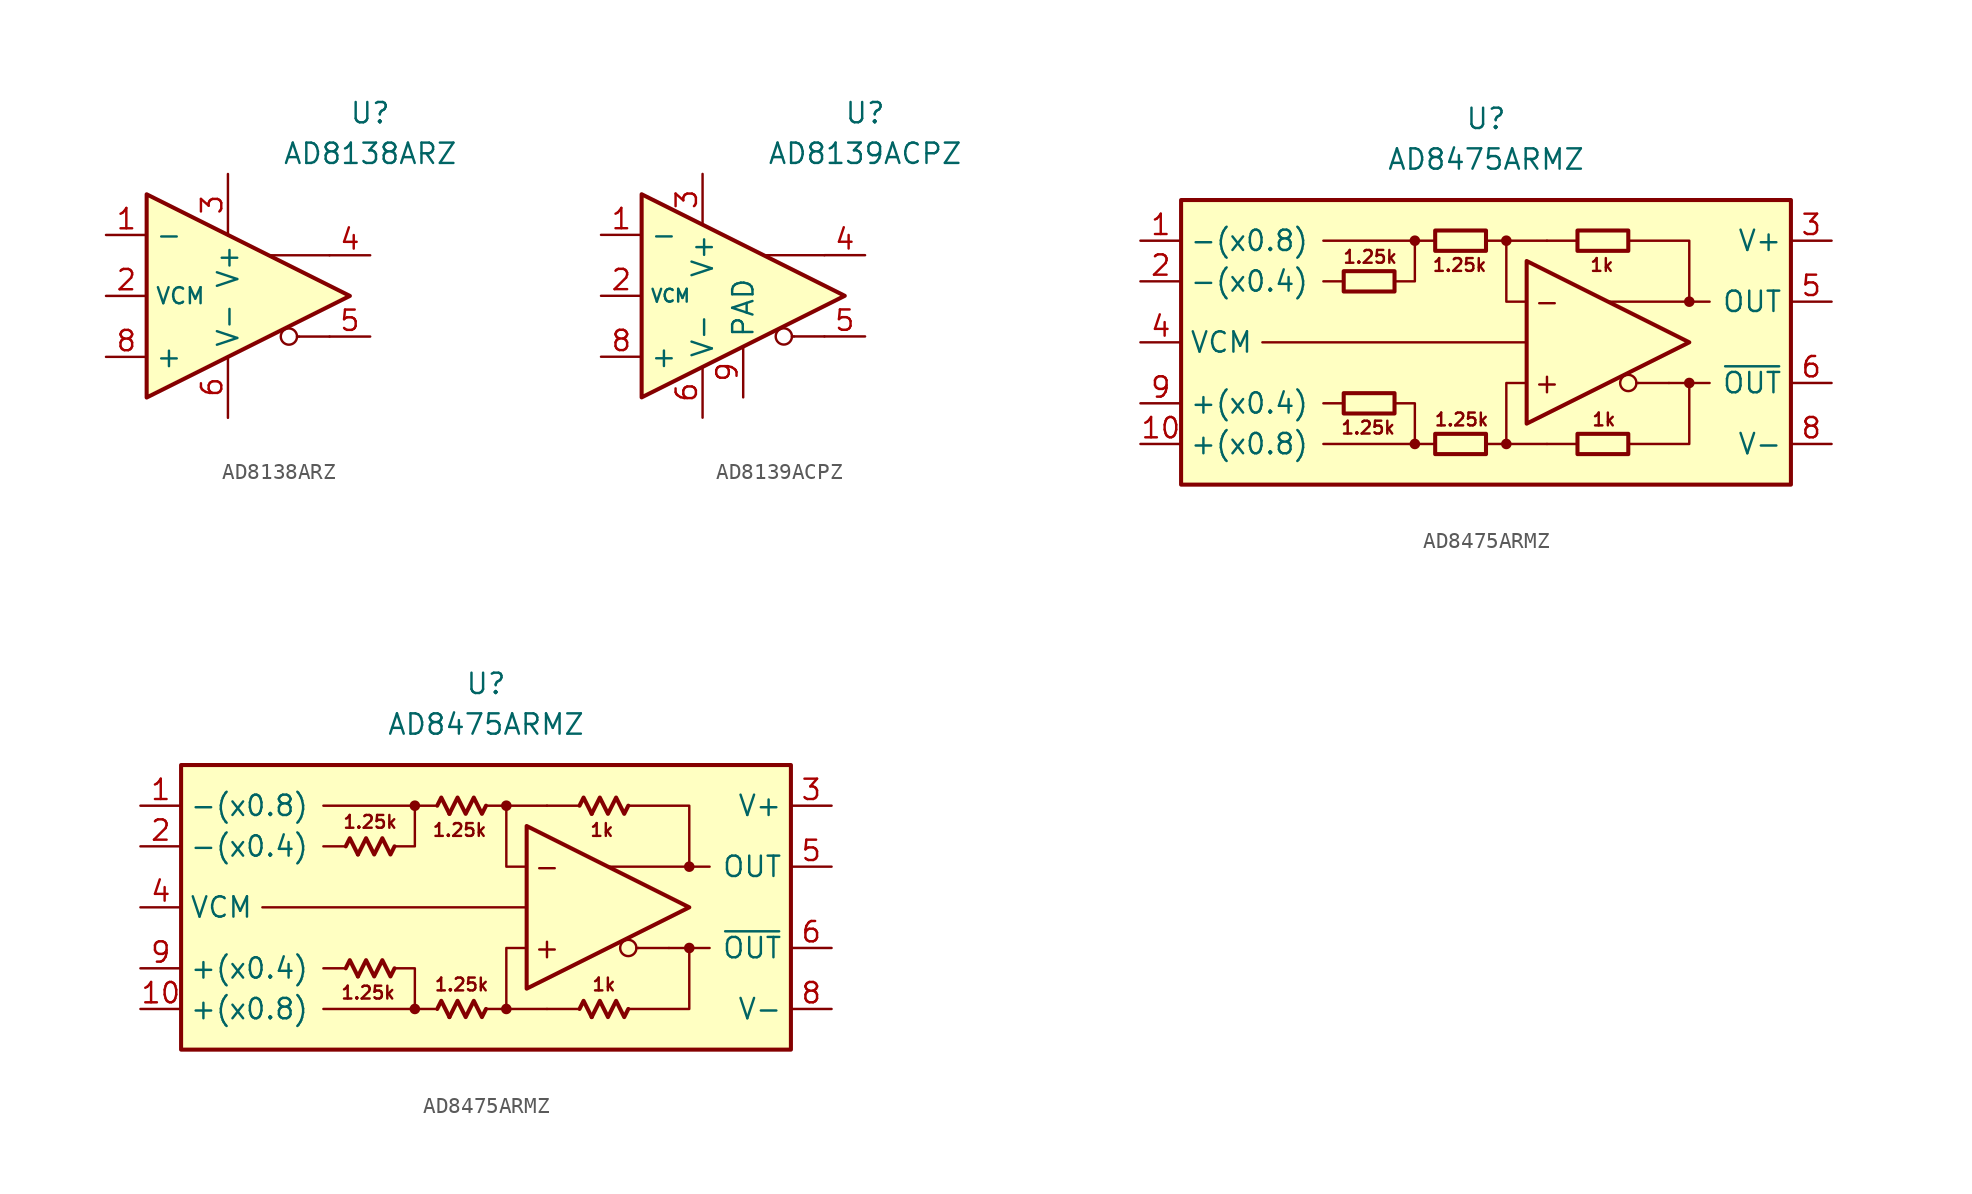
<source format=kicad_sym>
(kicad_symbol_lib
  (version 20231120)
  (generator "kicad_symbol_editor")
  (generator_version "8.0")
  (symbol "AD8138ARZ"
    (property "Reference" "U"
      (at 8.89 11.43 0)
      (effects (font (size 1.27 1.27))))
    (property "Value" "AD8138ARZ"
      (at 8.89 8.89 0)
      (effects (font (size 1.27 1.27))))
    (symbol "AD8138ARZ_0_0"
      (polyline (pts (xy 4.445 -2.54) (xy 4.318 -2.54)) (stroke (width 0.152) (type default)) (fill (type none)))
      (polyline (pts (xy 6.35 -2.54) (xy 4.445 -2.54)) (stroke (width 0.152) (type default)) (fill (type none)))
      (polyline (pts (xy 6.35 2.54) (xy 2.54 2.54)) (stroke (width 0.152) (type default)) (fill (type none)))
      (circle (center 3.81 -2.54) (radius 0.508) (stroke (width 0.152) (type default)) (fill (type none))))
    (symbol "AD8138ARZ_0_1"
      (polyline (pts (xy -5.08 6.35) (xy -5.08 -6.35) (xy 7.62 0) (xy -5.08 6.35)) (stroke (width 0.254) (type default)) (fill (type background))))
    (symbol "AD8138ARZ_1_1"
      (pin input line (at -7.62 3.81 0) (length 2.54) (name "-" (effects (font (size 1.27 1.27)))) (number "1" (effects (font (size 1.27 1.27)))))
      (pin input line (at -7.62 0 0) (length 2.54) (name "VCM" (effects (font (size 1 1)))) (number "2" (effects (font (size 1.27 1.27)))))
      (pin power_in line (at 0 7.62 270) (length 3.84) (name "V+" (effects (font (size 1.27 1.27)))) (number "3" (effects (font (size 1.27 1.27)))))
      (pin output line (at 8.89 2.54 180) (length 2.54) (name "~" (effects (font (size 1.27 1.27)))) (number "4" (effects (font (size 1.27 1.27)))))
      (pin output line (at 8.89 -2.54 180) (length 2.54) (name "~" (effects (font (size 1.27 1.27)))) (number "5" (effects (font (size 1.27 1.27)))))
      (pin power_in line (at 0 -7.62 90) (length 3.84) (name "V-" (effects (font (size 1.27 1.27)))) (number "6" (effects (font (size 1.27 1.27)))))
      (pin free line (at 0 0 0) (length 2.54) hide (name "NC" (effects (font (size 1.27 1.27)))) (number "7" (effects (font (size 1.27 1.27)))))
      (pin input line (at -7.62 -3.81 0) (length 2.54) (name "+" (effects (font (size 1.27 1.27)))) (number "8" (effects (font (size 1.27 1.27)))))))
  (symbol "AD8139ACPZ"
    (property "Reference" "U"
      (at 8.89 11.43 0)
      (effects (font (size 1.27 1.27))))
    (property "Value" "AD8139ACPZ"
      (at 8.89 8.89 0)
      (effects (font (size 1.27 1.27))))
    (symbol "AD8139ACPZ_0_0"
      (polyline (pts (xy 4.445 -2.54) (xy 4.318 -2.54)) (stroke (width 0.152) (type default)) (fill (type none)))
      (polyline (pts (xy 6.35 -2.54) (xy 4.445 -2.54)) (stroke (width 0.152) (type default)) (fill (type none)))
      (polyline (pts (xy 6.35 2.54) (xy 2.54 2.54)) (stroke (width 0.152) (type default)) (fill (type none)))
      (circle (center 3.81 -2.54) (radius 0.508) (stroke (width 0.152) (type default)) (fill (type none))))
    (symbol "AD8139ACPZ_0_1"
      (polyline (pts (xy -5.08 6.35) (xy -5.08 -6.35) (xy 7.62 0) (xy -5.08 6.35)) (stroke (width 0.254) (type default)) (fill (type background))))
    (symbol "AD8139ACPZ_1_1"
      (pin input line (at -7.62 3.81 0) (length 2.54) (name "-" (effects (font (size 1.27 1.27)))) (number "1" (effects (font (size 1.27 1.27)))))
      (pin input line (at -7.62 0 0) (length 2.54) (name "VCM" (effects (font (size 0.8 0.8)))) (number "2" (effects (font (size 1.27 1.27)))))
      (pin power_in line (at -1.27 7.62 270) (length 3.18) (name "V+" (effects (font (size 1.27 1.27)))) (number "3" (effects (font (size 1.27 1.27)))))
      (pin output line (at 8.89 2.54 180) (length 2.54) (name "~" (effects (font (size 1.27 1.27)))) (number "4" (effects (font (size 1.27 1.27)))))
      (pin output line (at 8.89 -2.54 180) (length 2.54) (name "~" (effects (font (size 1.27 1.27)))) (number "5" (effects (font (size 1.27 1.27)))))
      (pin power_in line (at -1.27 -7.62 90) (length 3.18) (name "V-" (effects (font (size 1.27 1.27)))) (number "6" (effects (font (size 1.27 1.27)))))
      (pin free line (at 0 0 0) (length 2.54) hide (name "NC" (effects (font (size 1.27 1.27)))) (number "7" (effects (font (size 1.27 1.27)))))
      (pin input line (at -7.62 -3.81 0) (length 2.54) (name "+" (effects (font (size 1.27 1.27)))) (number "8" (effects (font (size 1.27 1.27)))))
      (pin power_in line (at 1.27 -6.35 90) (length 3.18) (name "PAD" (effects (font (size 1.27 1.27)))) (number "9" (effects (font (size 1.27 1.27)))))))
  (symbol "AD8475ARMZ"
    (property "Reference" "U"
      (at 0 13.97 0)
      (effects (font (size 1.27 1.27))))
    (property "Value" "AD8475ARMZ"
      (at 0 11.43 0)
      (effects (font (size 1.27 1.27))))
    (symbol "AD8475ARMZ_0_0"
      (rectangle (start -19.05 8.89) (end 19.05 -8.89) (stroke (width 0.254) (type default)) (fill (type background)))
      (circle (center -4.445 -6.35) (radius 0.254) (stroke (width 0.152) (type default)) (fill (type outline)))
      (circle (center -4.445 6.35) (radius 0.254) (stroke (width 0.152) (type default)) (fill (type outline)))
      (polyline (pts (xy -8.89 -3.81) (xy -10.16 -3.81)) (stroke (width 0.152) (type default)) (fill (type none)))
      (polyline (pts (xy -8.89 3.81) (xy -10.16 3.81)) (stroke (width 0.152) (type default)) (fill (type none)))
      (polyline (pts (xy -4.445 6.35) (xy -10.16 6.35)) (stroke (width 0.152) (type default)) (fill (type none)))
      (polyline (pts (xy -3.175 -6.35) (xy -10.16 -6.35)) (stroke (width 0.152) (type default)) (fill (type none)))
      (polyline (pts (xy -3.175 6.35) (xy -4.445 6.35)) (stroke (width 0.152) (type default)) (fill (type none)))
      (polyline (pts (xy 1.27 6.35) (xy 3.81 6.35)) (stroke (width 0.152) (type default)) (fill (type none)))
      (polyline (pts (xy 3.81 -6.35) (xy 1.27 -6.35)) (stroke (width 0.152) (type default)) (fill (type none)))
      (polyline (pts (xy 5.715 -6.35) (xy 3.81 -6.35)) (stroke (width 0.152) (type default)) (fill (type none)))
      (polyline (pts (xy 5.715 6.35) (xy 3.81 6.35)) (stroke (width 0.152) (type default)) (fill (type none)))
      (polyline (pts (xy 9.525 -2.54) (xy 9.398 -2.54)) (stroke (width 0.152) (type default)) (fill (type none)))
      (polyline (pts (xy 11.43 -2.54) (xy 9.525 -2.54)) (stroke (width 0.152) (type default)) (fill (type none)))
      (polyline (pts (xy 12.7 -2.54) (xy 13.97 -2.54)) (stroke (width 0.152) (type default)) (fill (type none)))
      (polyline (pts (xy 12.7 2.54) (xy 13.97 2.54)) (stroke (width 0.152) (type default)) (fill (type none)))
      (polyline (pts (xy -5.715 -3.81) (xy -4.445 -3.81) (xy -4.445 -6.35)) (stroke (width 0.152) (type default)) (fill (type none)))
      (polyline (pts (xy -5.715 3.81) (xy -4.445 3.81) (xy -4.445 6.35)) (stroke (width 0.152) (type default)) (fill (type none)))
      (polyline (pts (xy 0 -6.35) (xy 1.27 -6.35) (xy 1.27 -2.54) (xy 2.54 -2.54)) (stroke (width 0.152) (type default)) (fill (type none)))
      (polyline (pts (xy 2.54 2.54) (xy 1.27 2.54) (xy 1.27 6.35) (xy 0 6.35)) (stroke (width 0.152) (type default)) (fill (type none)))
      (polyline (pts (xy 8.89 6.35) (xy 12.7 6.35) (xy 12.7 2.54) (xy 7.62 2.54)) (stroke (width 0.152) (type default)) (fill (type none)))
      (polyline (pts (xy 11.43 -2.54) (xy 12.7 -2.54) (xy 12.7 -6.35) (xy 8.89 -6.35)) (stroke (width 0.152) (type default)) (fill (type none)))
      (circle (center 1.27 -6.35) (radius 0.254) (stroke (width 0.152) (type default)) (fill (type outline)))
      (circle (center 1.27 6.35) (radius 0.254) (stroke (width 0.152) (type default)) (fill (type outline)))
      (circle (center 8.89 -2.54) (radius 0.508) (stroke (width 0.152) (type default)) (fill (type none)))
      (circle (center 12.7 -2.54) (radius 0.254) (stroke (width 0.152) (type default)) (fill (type outline)))
      (circle (center 12.7 2.54) (radius 0.254) (stroke (width 0.152) (type default)) (fill (type outline)))
      (text "+" (at 3.81 -2.54 0) (effects (font (size 1.27 1.27))))
      (text "-" (at 3.81 2.54 0) (effects (font (size 1.27 1.27))))
      (text "1.25k" (at -7.366 -5.334 0) (effects (font (size 0.8 0.8))))
      (text "1.25k" (at -7.239 5.334 0) (effects (font (size 0.8 0.8))))
      (text "1.25k" (at -1.651 4.826 0) (effects (font (size 0.8 0.8))))
      (text "1.25k" (at -1.524 -4.826 0) (effects (font (size 0.8 0.8))))
      (text "1k" (at 7.239 4.826 0) (effects (font (size 0.8 0.8))))
      (text "1k" (at 7.366 -4.826 0) (effects (font (size 0.8 0.8)))))
    (symbol "AD8475ARMZ_0_1"
      (rectangle (start -8.89 4.445) (end -5.715 3.175) (stroke (width 0.254) (type default)) (fill (type none)))
      (rectangle (start -5.715 -4.445) (end -8.89 -3.175) (stroke (width 0.254) (type default)) (fill (type none)))
      (rectangle (start -3.175 -5.715) (end 0 -6.985) (stroke (width 0.254) (type default)) (fill (type none)))
      (rectangle (start 0 5.715) (end -3.175 6.985) (stroke (width 0.254) (type default)) (fill (type none)))
      (rectangle (start 5.715 -5.715) (end 8.89 -6.985) (stroke (width 0.254) (type default)) (fill (type none)))
      (rectangle (start 8.89 5.715) (end 5.715 6.985) (stroke (width 0.254) (type default)) (fill (type none))))
    (symbol "AD8475ARMZ_0_2"
      (polyline (pts (xy -8.001 -4.318) (xy -8.509 -3.302) (xy -8.763 -3.81)) (stroke (width 0.254) (type default)) (fill (type none)))
      (polyline (pts (xy -8.001 3.302) (xy -8.509 4.318) (xy -8.763 3.81)) (stroke (width 0.254) (type default)) (fill (type none)))
      (polyline (pts (xy -2.286 -6.858) (xy -2.794 -5.842) (xy -3.048 -6.35)) (stroke (width 0.254) (type default)) (fill (type none)))
      (polyline (pts (xy -2.286 5.842) (xy -2.794 6.858) (xy -3.048 6.35)) (stroke (width 0.254) (type default)) (fill (type none)))
      (polyline (pts (xy 6.604 -6.858) (xy 6.096 -5.842) (xy 5.842 -6.35)) (stroke (width 0.254) (type default)) (fill (type none)))
      (polyline (pts (xy 6.604 5.842) (xy 6.096 6.858) (xy 5.842 6.35)) (stroke (width 0.254) (type default)) (fill (type none)))
      (polyline (pts (xy -5.715 -3.81) (xy -5.969 -4.318) (xy -6.477 -3.302) (xy -6.985 -4.318) (xy -7.493 -3.302) (xy -8.001 -4.318)) (stroke (width 0.254) (type default)) (fill (type none)))
      (polyline (pts (xy -5.715 3.81) (xy -5.969 3.302) (xy -6.477 4.318) (xy -6.985 3.302) (xy -7.493 4.318) (xy -8.001 3.302)) (stroke (width 0.254) (type default)) (fill (type none)))
      (polyline (pts (xy 0 -6.35) (xy -0.254 -6.858) (xy -0.762 -5.842) (xy -1.27 -6.858) (xy -1.778 -5.842) (xy -2.286 -6.858)) (stroke (width 0.254) (type default)) (fill (type none)))
      (polyline (pts (xy 0 6.35) (xy -0.254 5.842) (xy -0.762 6.858) (xy -1.27 5.842) (xy -1.778 6.858) (xy -2.286 5.842)) (stroke (width 0.254) (type default)) (fill (type none)))
      (polyline (pts (xy 8.89 -6.35) (xy 8.636 -6.858) (xy 8.128 -5.842) (xy 7.62 -6.858) (xy 7.112 -5.842) (xy 6.604 -6.858)) (stroke (width 0.254) (type default)) (fill (type none)))
      (polyline (pts (xy 8.89 6.35) (xy 8.636 5.842) (xy 8.128 6.858) (xy 7.62 5.842) (xy 7.112 6.858) (xy 6.604 5.842)) (stroke (width 0.254) (type default)) (fill (type none))))
    (symbol "AD8475ARMZ_1_0"
      (polyline (pts (xy 2.54 0) (xy -13.97 0)) (stroke (width 0.152) (type default)) (fill (type none)))
      (polyline (pts (xy 2.54 5.08) (xy 2.54 -5.08) (xy 12.7 0) (xy 2.54 5.08)) (stroke (width 0.254) (type default)) (fill (type none))))
    (symbol "AD8475ARMZ_1_1"
      (pin input line (at -21.59 6.35 0) (length 2.54) (name "-(x0.8)" (effects (font (size 1.27 1.27)))) (number "1" (effects (font (size 1.27 1.27)))))
      (pin input line (at -21.59 -6.35 0) (length 2.54) (name "+(x0.8)" (effects (font (size 1.27 1.27)))) (number "10" (effects (font (size 1.27 1.27)))))
      (pin input line (at -21.59 3.81 0) (length 2.54) (name "-(x0.4)" (effects (font (size 1.27 1.27)))) (number "2" (effects (font (size 1.27 1.27)))))
      (pin power_in line (at 21.59 6.35 180) (length 2.54) (name "V+" (effects (font (size 1.27 1.27)))) (number "3" (effects (font (size 1.27 1.27)))))
      (pin input line (at -21.59 0 0) (length 2.54) (name "VCM" (effects (font (size 1.27 1.27)))) (number "4" (effects (font (size 1.27 1.27)))))
      (pin output line (at 21.59 2.54 180) (length 2.54) (name "OUT" (effects (font (size 1.27 1.27)))) (number "5" (effects (font (size 1.27 1.27)))))
      (pin output line (at 21.59 -2.54 180) (length 2.54) (name "~{OUT}" (effects (font (size 1.27 1.27)))) (number "6" (effects (font (size 1.27 1.27)))))
      (pin free line (at -1.27 0 0) (length 2.54) hide (name "NC" (effects (font (size 1.27 1.27)))) (number "7" (effects (font (size 1.27 1.27)))))
      (pin power_in line (at 21.59 -6.35 180) (length 2.54) (name "V-" (effects (font (size 1.27 1.27)))) (number "8" (effects (font (size 1.27 1.27)))))
      (pin input line (at -21.59 -3.81 0) (length 2.54) (name "+(x0.4)" (effects (font (size 1.27 1.27)))) (number "9" (effects (font (size 1.27 1.27))))))
    (symbol "AD8475ARMZ_1_2"
      (pin input line (at -21.59 6.35 0) (length 2.54) (name "-(x0.8)" (effects (font (size 1.27 1.27)))) (number "1" (effects (font (size 1.27 1.27)))))
      (pin input line (at -21.59 -6.35 0) (length 2.54) (name "+(x0.8)" (effects (font (size 1.27 1.27)))) (number "10" (effects (font (size 1.27 1.27)))))
      (pin input line (at -21.59 3.81 0) (length 2.54) (name "-(x0.4)" (effects (font (size 1.27 1.27)))) (number "2" (effects (font (size 1.27 1.27)))))
      (pin power_in line (at 21.59 6.35 180) (length 2.54) (name "V+" (effects (font (size 1.27 1.27)))) (number "3" (effects (font (size 1.27 1.27)))))
      (pin input line (at -21.59 0 0) (length 2.54) (name "VCM" (effects (font (size 1.27 1.27)))) (number "4" (effects (font (size 1.27 1.27)))))
      (pin output line (at 21.59 2.54 180) (length 2.54) (name "OUT" (effects (font (size 1.27 1.27)))) (number "5" (effects (font (size 1.27 1.27)))))
      (pin output line (at 21.59 -2.54 180) (length 2.54) (name "~{OUT}" (effects (font (size 1.27 1.27)))) (number "6" (effects (font (size 1.27 1.27)))))
      (pin free line (at -1.27 0 0) (length 2.54) hide (name "NC" (effects (font (size 1.27 1.27)))) (number "7" (effects (font (size 1.27 1.27)))))
      (pin power_in line (at 21.59 -6.35 180) (length 2.54) (name "V-" (effects (font (size 1.27 1.27)))) (number "8" (effects (font (size 1.27 1.27)))))
      (pin input line (at -21.59 -3.81 0) (length 2.54) (name "+(x0.4)" (effects (font (size 1.27 1.27)))) (number "9" (effects (font (size 1.27 1.27))))))))
</source>
